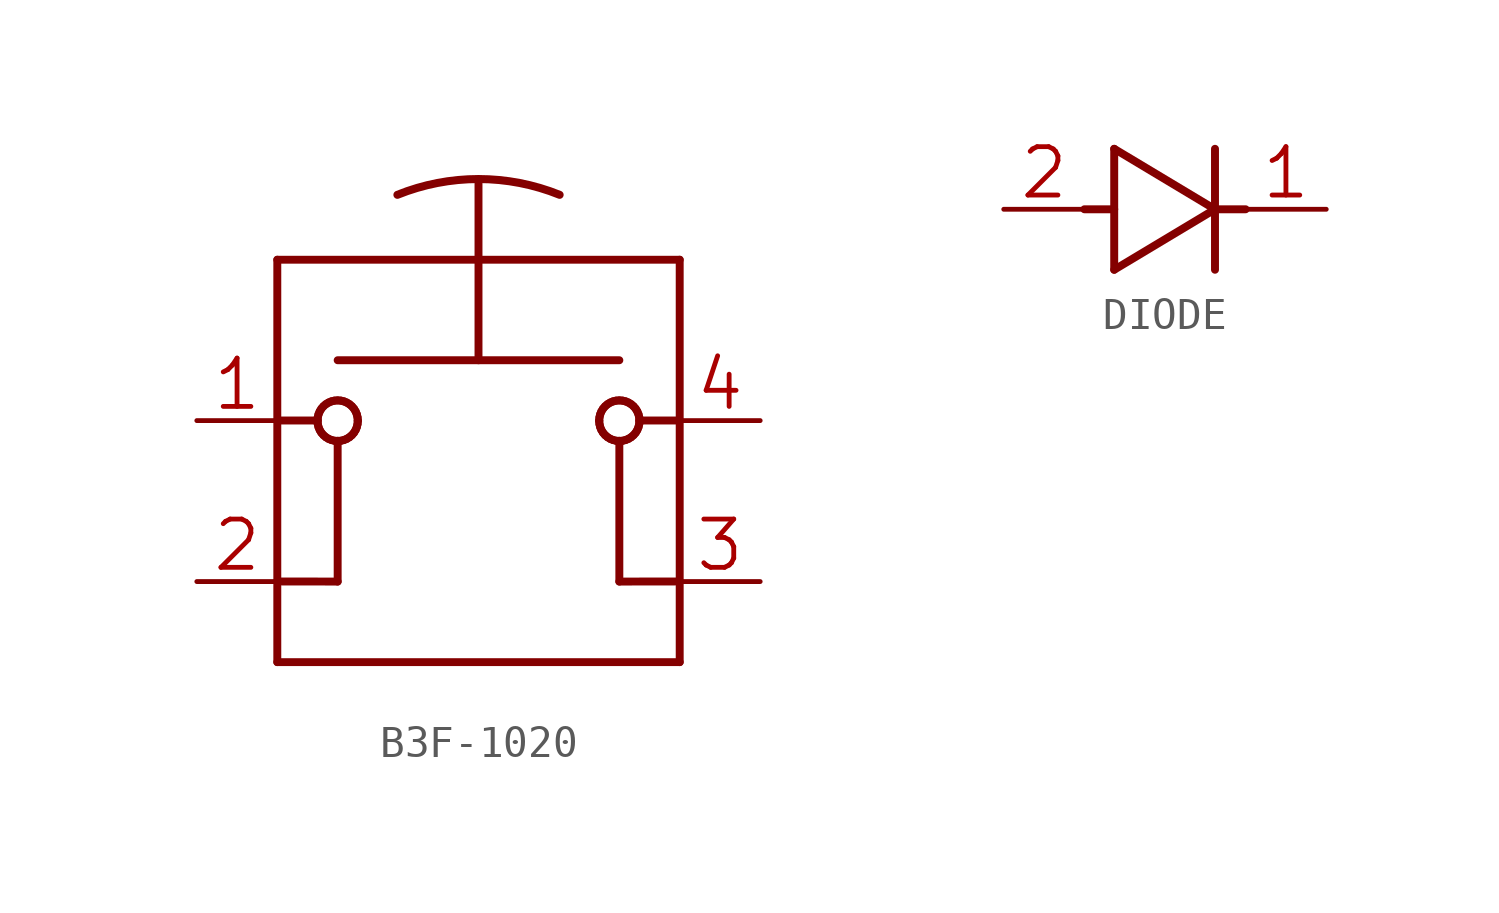
<source format=kicad_sym>
(kicad_symbol_lib
  (version 20241209)
  (generator "kicad_symbol_editor")
  (generator_version "9.0")
  (symbol "B3F-1020"
    (property "Reference" "S"
      (at 0 0 0)
      (effects (font (size 1.27 1.27)) (hide yes)))
    (property "ki_locked" ""
      (at 0 0 0)
      (effects (font (size 1.27 1.27))))
    (symbol "B3F-1020_1_0"
      (polyline (pts (xy -6.35 5.077) (xy 6.35 5.077)) (stroke (width 0.25) (type solid)) (fill (type none)))
      (polyline (pts (xy -6.35 0.003) (xy -5.08 0.003)) (stroke (width 0.25) (type solid)) (fill (type none)))
      (polyline (pts (xy -6.35 -5.077) (xy -4.445 -5.08)) (stroke (width 0.25) (type solid)) (fill (type none)))
      (polyline (pts (xy -6.35 -7.623) (xy -6.35 5.077)) (stroke (width 0.25) (type solid)) (fill (type none)))
      (polyline (pts (xy -5.08 0.003) (xy -5.072 0.103)) (stroke (width 0.254) (type solid)) (fill (type none)))
      (polyline (pts (xy -5.08 -0.009) (xy -5.08 0.003)) (stroke (width 0.254) (type solid)) (fill (type none)))
      (polyline (pts (xy -5.072 0.103) (xy -5.049 0.199)) (stroke (width 0.254) (type solid)) (fill (type none)))
      (polyline (pts (xy -5.072 -0.109) (xy -5.08 -0.009)) (stroke (width 0.254) (type solid)) (fill (type none)))
      (polyline (pts (xy -5.049 0.199) (xy -5.011 0.291)) (stroke (width 0.254) (type solid)) (fill (type none)))
      (polyline (pts (xy -5.049 -0.206) (xy -5.072 -0.109)) (stroke (width 0.254) (type solid)) (fill (type none)))
      (polyline (pts (xy -5.011 0.291) (xy -4.959 0.376)) (stroke (width 0.254) (type solid)) (fill (type none)))
      (polyline (pts (xy -5.011 -0.298) (xy -5.049 -0.206)) (stroke (width 0.254) (type solid)) (fill (type none)))
      (polyline (pts (xy -4.959 0.376) (xy -4.894 0.452)) (stroke (width 0.254) (type solid)) (fill (type none)))
      (polyline (pts (xy -4.959 -0.383) (xy -5.011 -0.298)) (stroke (width 0.254) (type solid)) (fill (type none)))
      (polyline (pts (xy -4.894 0.452) (xy -4.818 0.517)) (stroke (width 0.254) (type solid)) (fill (type none)))
      (polyline (pts (xy -4.894 -0.458) (xy -4.959 -0.383)) (stroke (width 0.254) (type solid)) (fill (type none)))
      (polyline (pts (xy -4.818 0.517) (xy -4.733 0.569)) (stroke (width 0.254) (type solid)) (fill (type none)))
      (polyline (pts (xy -4.818 -0.523) (xy -4.894 -0.458)) (stroke (width 0.254) (type solid)) (fill (type none)))
      (polyline (pts (xy -4.733 0.569) (xy -4.641 0.607)) (stroke (width 0.254) (type solid)) (fill (type none)))
      (polyline (pts (xy -4.733 -0.575) (xy -4.818 -0.523)) (stroke (width 0.254) (type solid)) (fill (type none)))
      (polyline (pts (xy -4.641 0.607) (xy -4.544 0.63)) (stroke (width 0.254) (type solid)) (fill (type none)))
      (polyline (pts (xy -4.641 -0.613) (xy -4.733 -0.575)) (stroke (width 0.254) (type solid)) (fill (type none)))
      (polyline (pts (xy -4.544 0.63) (xy -4.445 0.638)) (stroke (width 0.254) (type solid)) (fill (type none)))
      (polyline (pts (xy -4.544 -0.637) (xy -4.641 -0.613)) (stroke (width 0.254) (type solid)) (fill (type none)))
      (polyline (pts (xy -4.445 1.905) (xy 4.445 1.905)) (stroke (width 0.25) (type solid)) (fill (type none)))
      (polyline (pts (xy -4.445 0.638) (xy -4.346 0.63)) (stroke (width 0.254) (type solid)) (fill (type none)))
      (polyline (pts (xy -4.445 -0.644) (xy -4.544 -0.637)) (stroke (width 0.254) (type solid)) (fill (type none)))
      (polyline (pts (xy -4.445 -5.08) (xy -4.445 -0.635)) (stroke (width 0.25) (type solid)) (fill (type none)))
      (polyline (pts (xy -4.346 0.63) (xy -4.249 0.607)) (stroke (width 0.254) (type solid)) (fill (type none)))
      (polyline (pts (xy -4.346 -0.637) (xy -4.445 -0.644)) (stroke (width 0.254) (type solid)) (fill (type none)))
      (polyline (pts (xy -4.249 0.607) (xy -4.157 0.569)) (stroke (width 0.254) (type solid)) (fill (type none)))
      (polyline (pts (xy -4.249 -0.613) (xy -4.346 -0.637)) (stroke (width 0.254) (type solid)) (fill (type none)))
      (polyline (pts (xy -4.157 0.569) (xy -4.072 0.517)) (stroke (width 0.254) (type solid)) (fill (type none)))
      (polyline (pts (xy -4.157 -0.575) (xy -4.249 -0.613)) (stroke (width 0.254) (type solid)) (fill (type none)))
      (polyline (pts (xy -4.072 0.517) (xy -3.996 0.452)) (stroke (width 0.254) (type solid)) (fill (type none)))
      (polyline (pts (xy -4.072 -0.523) (xy -4.157 -0.575)) (stroke (width 0.254) (type solid)) (fill (type none)))
      (polyline (pts (xy -3.996 0.452) (xy -3.931 0.376)) (stroke (width 0.254) (type solid)) (fill (type none)))
      (polyline (pts (xy -3.996 -0.458) (xy -4.072 -0.523)) (stroke (width 0.254) (type solid)) (fill (type none)))
      (polyline (pts (xy -3.931 0.376) (xy -3.879 0.291)) (stroke (width 0.254) (type solid)) (fill (type none)))
      (polyline (pts (xy -3.931 -0.383) (xy -3.996 -0.458)) (stroke (width 0.254) (type solid)) (fill (type none)))
      (polyline (pts (xy -3.879 0.291) (xy -3.841 0.199)) (stroke (width 0.254) (type solid)) (fill (type none)))
      (polyline (pts (xy -3.879 -0.298) (xy -3.931 -0.383)) (stroke (width 0.254) (type solid)) (fill (type none)))
      (polyline (pts (xy -3.841 0.199) (xy -3.818 0.103)) (stroke (width 0.254) (type solid)) (fill (type none)))
      (polyline (pts (xy -3.841 -0.206) (xy -3.879 -0.298)) (stroke (width 0.254) (type solid)) (fill (type none)))
      (polyline (pts (xy -3.818 0.103) (xy -3.81 0.003)) (stroke (width 0.254) (type solid)) (fill (type none)))
      (polyline (pts (xy -3.818 -0.109) (xy -3.841 -0.206)) (stroke (width 0.254) (type solid)) (fill (type none)))
      (polyline (pts (xy -3.81 0.003) (xy -3.81 -0.009)) (stroke (width 0.254) (type solid)) (fill (type none)))
      (polyline (pts (xy -3.81 -0.009) (xy -3.818 -0.109)) (stroke (width 0.254) (type solid)) (fill (type none)))
      (polyline (pts (xy 0 1.905) (xy 0 7.617)) (stroke (width 0.25) (type solid)) (fill (type none)))
      (arc (start -2.5591 7.126) (mid 0.0005 7.6237) (end 2.56 7.126) (stroke (width 0.254) (type solid)) (fill (type none)))
      (polyline (pts (xy 3.81 0.003) (xy 3.818 0.103)) (stroke (width 0.254) (type solid)) (fill (type none)))
      (polyline (pts (xy 3.81 -0.009) (xy 3.81 0.003)) (stroke (width 0.254) (type solid)) (fill (type none)))
      (polyline (pts (xy 3.818 0.103) (xy 3.841 0.199)) (stroke (width 0.254) (type solid)) (fill (type none)))
      (polyline (pts (xy 3.818 -0.109) (xy 3.81 -0.009)) (stroke (width 0.254) (type solid)) (fill (type none)))
      (polyline (pts (xy 3.841 0.199) (xy 3.879 0.291)) (stroke (width 0.254) (type solid)) (fill (type none)))
      (polyline (pts (xy 3.841 -0.206) (xy 3.818 -0.109)) (stroke (width 0.254) (type solid)) (fill (type none)))
      (polyline (pts (xy 3.879 0.291) (xy 3.931 0.376)) (stroke (width 0.254) (type solid)) (fill (type none)))
      (polyline (pts (xy 3.879 -0.298) (xy 3.841 -0.206)) (stroke (width 0.254) (type solid)) (fill (type none)))
      (polyline (pts (xy 3.931 0.376) (xy 3.996 0.452)) (stroke (width 0.254) (type solid)) (fill (type none)))
      (polyline (pts (xy 3.931 -0.383) (xy 3.879 -0.298)) (stroke (width 0.254) (type solid)) (fill (type none)))
      (polyline (pts (xy 3.996 0.452) (xy 4.072 0.517)) (stroke (width 0.254) (type solid)) (fill (type none)))
      (polyline (pts (xy 3.996 -0.458) (xy 3.931 -0.383)) (stroke (width 0.254) (type solid)) (fill (type none)))
      (polyline (pts (xy 4.072 0.517) (xy 4.157 0.569)) (stroke (width 0.254) (type solid)) (fill (type none)))
      (polyline (pts (xy 4.072 -0.523) (xy 3.996 -0.458)) (stroke (width 0.254) (type solid)) (fill (type none)))
      (polyline (pts (xy 4.157 0.569) (xy 4.249 0.607)) (stroke (width 0.254) (type solid)) (fill (type none)))
      (polyline (pts (xy 4.157 -0.575) (xy 4.072 -0.523)) (stroke (width 0.254) (type solid)) (fill (type none)))
      (polyline (pts (xy 4.249 0.607) (xy 4.346 0.63)) (stroke (width 0.254) (type solid)) (fill (type none)))
      (polyline (pts (xy 4.249 -0.613) (xy 4.157 -0.575)) (stroke (width 0.254) (type solid)) (fill (type none)))
      (polyline (pts (xy 4.346 0.63) (xy 4.445 0.638)) (stroke (width 0.254) (type solid)) (fill (type none)))
      (polyline (pts (xy 4.346 -0.637) (xy 4.249 -0.613)) (stroke (width 0.254) (type solid)) (fill (type none)))
      (polyline (pts (xy 4.445 0.638) (xy 4.544 0.63)) (stroke (width 0.254) (type solid)) (fill (type none)))
      (polyline (pts (xy 4.445 -0.644) (xy 4.346 -0.637)) (stroke (width 0.254) (type solid)) (fill (type none)))
      (polyline (pts (xy 4.445 -5.08) (xy 4.445 -0.635)) (stroke (width 0.25) (type solid)) (fill (type none)))
      (polyline (pts (xy 4.544 0.63) (xy 4.641 0.607)) (stroke (width 0.254) (type solid)) (fill (type none)))
      (polyline (pts (xy 4.544 -0.637) (xy 4.445 -0.644)) (stroke (width 0.254) (type solid)) (fill (type none)))
      (polyline (pts (xy 4.641 0.607) (xy 4.733 0.569)) (stroke (width 0.254) (type solid)) (fill (type none)))
      (polyline (pts (xy 4.641 -0.613) (xy 4.544 -0.637)) (stroke (width 0.254) (type solid)) (fill (type none)))
      (polyline (pts (xy 4.733 0.569) (xy 4.818 0.517)) (stroke (width 0.254) (type solid)) (fill (type none)))
      (polyline (pts (xy 4.733 -0.575) (xy 4.641 -0.613)) (stroke (width 0.254) (type solid)) (fill (type none)))
      (polyline (pts (xy 4.818 0.517) (xy 4.894 0.452)) (stroke (width 0.254) (type solid)) (fill (type none)))
      (polyline (pts (xy 4.818 -0.523) (xy 4.733 -0.575)) (stroke (width 0.254) (type solid)) (fill (type none)))
      (polyline (pts (xy 4.894 0.452) (xy 4.959 0.376)) (stroke (width 0.254) (type solid)) (fill (type none)))
      (polyline (pts (xy 4.894 -0.458) (xy 4.818 -0.523)) (stroke (width 0.254) (type solid)) (fill (type none)))
      (polyline (pts (xy 4.959 0.376) (xy 5.011 0.291)) (stroke (width 0.254) (type solid)) (fill (type none)))
      (polyline (pts (xy 4.959 -0.383) (xy 4.894 -0.458)) (stroke (width 0.254) (type solid)) (fill (type none)))
      (polyline (pts (xy 5.011 0.291) (xy 5.049 0.199)) (stroke (width 0.254) (type solid)) (fill (type none)))
      (polyline (pts (xy 5.011 -0.298) (xy 4.959 -0.383)) (stroke (width 0.254) (type solid)) (fill (type none)))
      (polyline (pts (xy 5.049 0.199) (xy 5.072 0.103)) (stroke (width 0.254) (type solid)) (fill (type none)))
      (polyline (pts (xy 5.049 -0.206) (xy 5.011 -0.298)) (stroke (width 0.254) (type solid)) (fill (type none)))
      (polyline (pts (xy 5.072 0.103) (xy 5.08 0.003)) (stroke (width 0.254) (type solid)) (fill (type none)))
      (polyline (pts (xy 5.072 -0.109) (xy 5.049 -0.206)) (stroke (width 0.254) (type solid)) (fill (type none)))
      (polyline (pts (xy 5.08 0.003) (xy 5.08 -0.009)) (stroke (width 0.254) (type solid)) (fill (type none)))
      (polyline (pts (xy 5.08 -0.009) (xy 5.072 -0.109)) (stroke (width 0.254) (type solid)) (fill (type none)))
      (polyline (pts (xy 6.35 5.077) (xy 6.35 -7.623)) (stroke (width 0.25) (type solid)) (fill (type none)))
      (polyline (pts (xy 6.35 0.003) (xy 5.08 0.003)) (stroke (width 0.25) (type solid)) (fill (type none)))
      (polyline (pts (xy 6.35 -5.077) (xy 4.445 -5.08)) (stroke (width 0.25) (type solid)) (fill (type none)))
      (polyline (pts (xy 6.35 -7.623) (xy -6.35 -7.623)) (stroke (width 0.25) (type solid)) (fill (type none)))
      (pin passive line (at -8.89 0 0) (length 2.54) (name "A@2" (effects (font (size 0 0)))) (number "1" (effects (font (size 1.524 1.524)))))
      (pin passive line (at -8.89 -5.08 0) (length 2.54) (name "A@1" (effects (font (size 0 0)))) (number "2" (effects (font (size 1.524 1.524)))))
      (pin passive line (at 8.89 0 180) (length 2.54) (name "B@1" (effects (font (size 0 0)))) (number "4" (effects (font (size 1.524 1.524)))))
      (pin passive line (at 8.89 -5.08 180) (length 2.54) (name "B@2" (effects (font (size 0 0)))) (number "3" (effects (font (size 1.524 1.524)))))))
  (symbol "DIODE"
    (property "Reference" "D"
      (at 0 0 0)
      (effects (font (size 1.27 1.27)) (hide yes)))
    (property "ki_locked" ""
      (at 0 0 0)
      (effects (font (size 1.27 1.27))))
    (symbol "DIODE_1_0"
      (polyline (pts (xy -2.54 0) (xy -1.6 0)) (stroke (width 0.25) (type solid)) (fill (type none)))
      (polyline (pts (xy -1.6 1.905) (xy -1.6 -1.905)) (stroke (width 0.25) (type solid)) (fill (type none)))
      (polyline (pts (xy -1.6 -1.905) (xy 1.575 0)) (stroke (width 0.25) (type solid)) (fill (type none)))
      (polyline (pts (xy 1.575 0) (xy -1.6 1.905)) (stroke (width 0.25) (type solid)) (fill (type none)))
      (polyline (pts (xy 1.575 0) (xy 2.54 0)) (stroke (width 0.25) (type solid)) (fill (type none)))
      (polyline (pts (xy 1.575 -1.905) (xy 1.575 1.905)) (stroke (width 0.25) (type solid)) (fill (type none)))
      (pin passive line (at -5.08 0 0) (length 2.54) (name "A" (effects (font (size 0 0)))) (number "2" (effects (font (size 1.524 1.524)))))
      (pin passive line (at 5.08 0 180) (length 2.54) (name "K" (effects (font (size 0 0)))) (number "1" (effects (font (size 1.524 1.524))))))))
</source>
